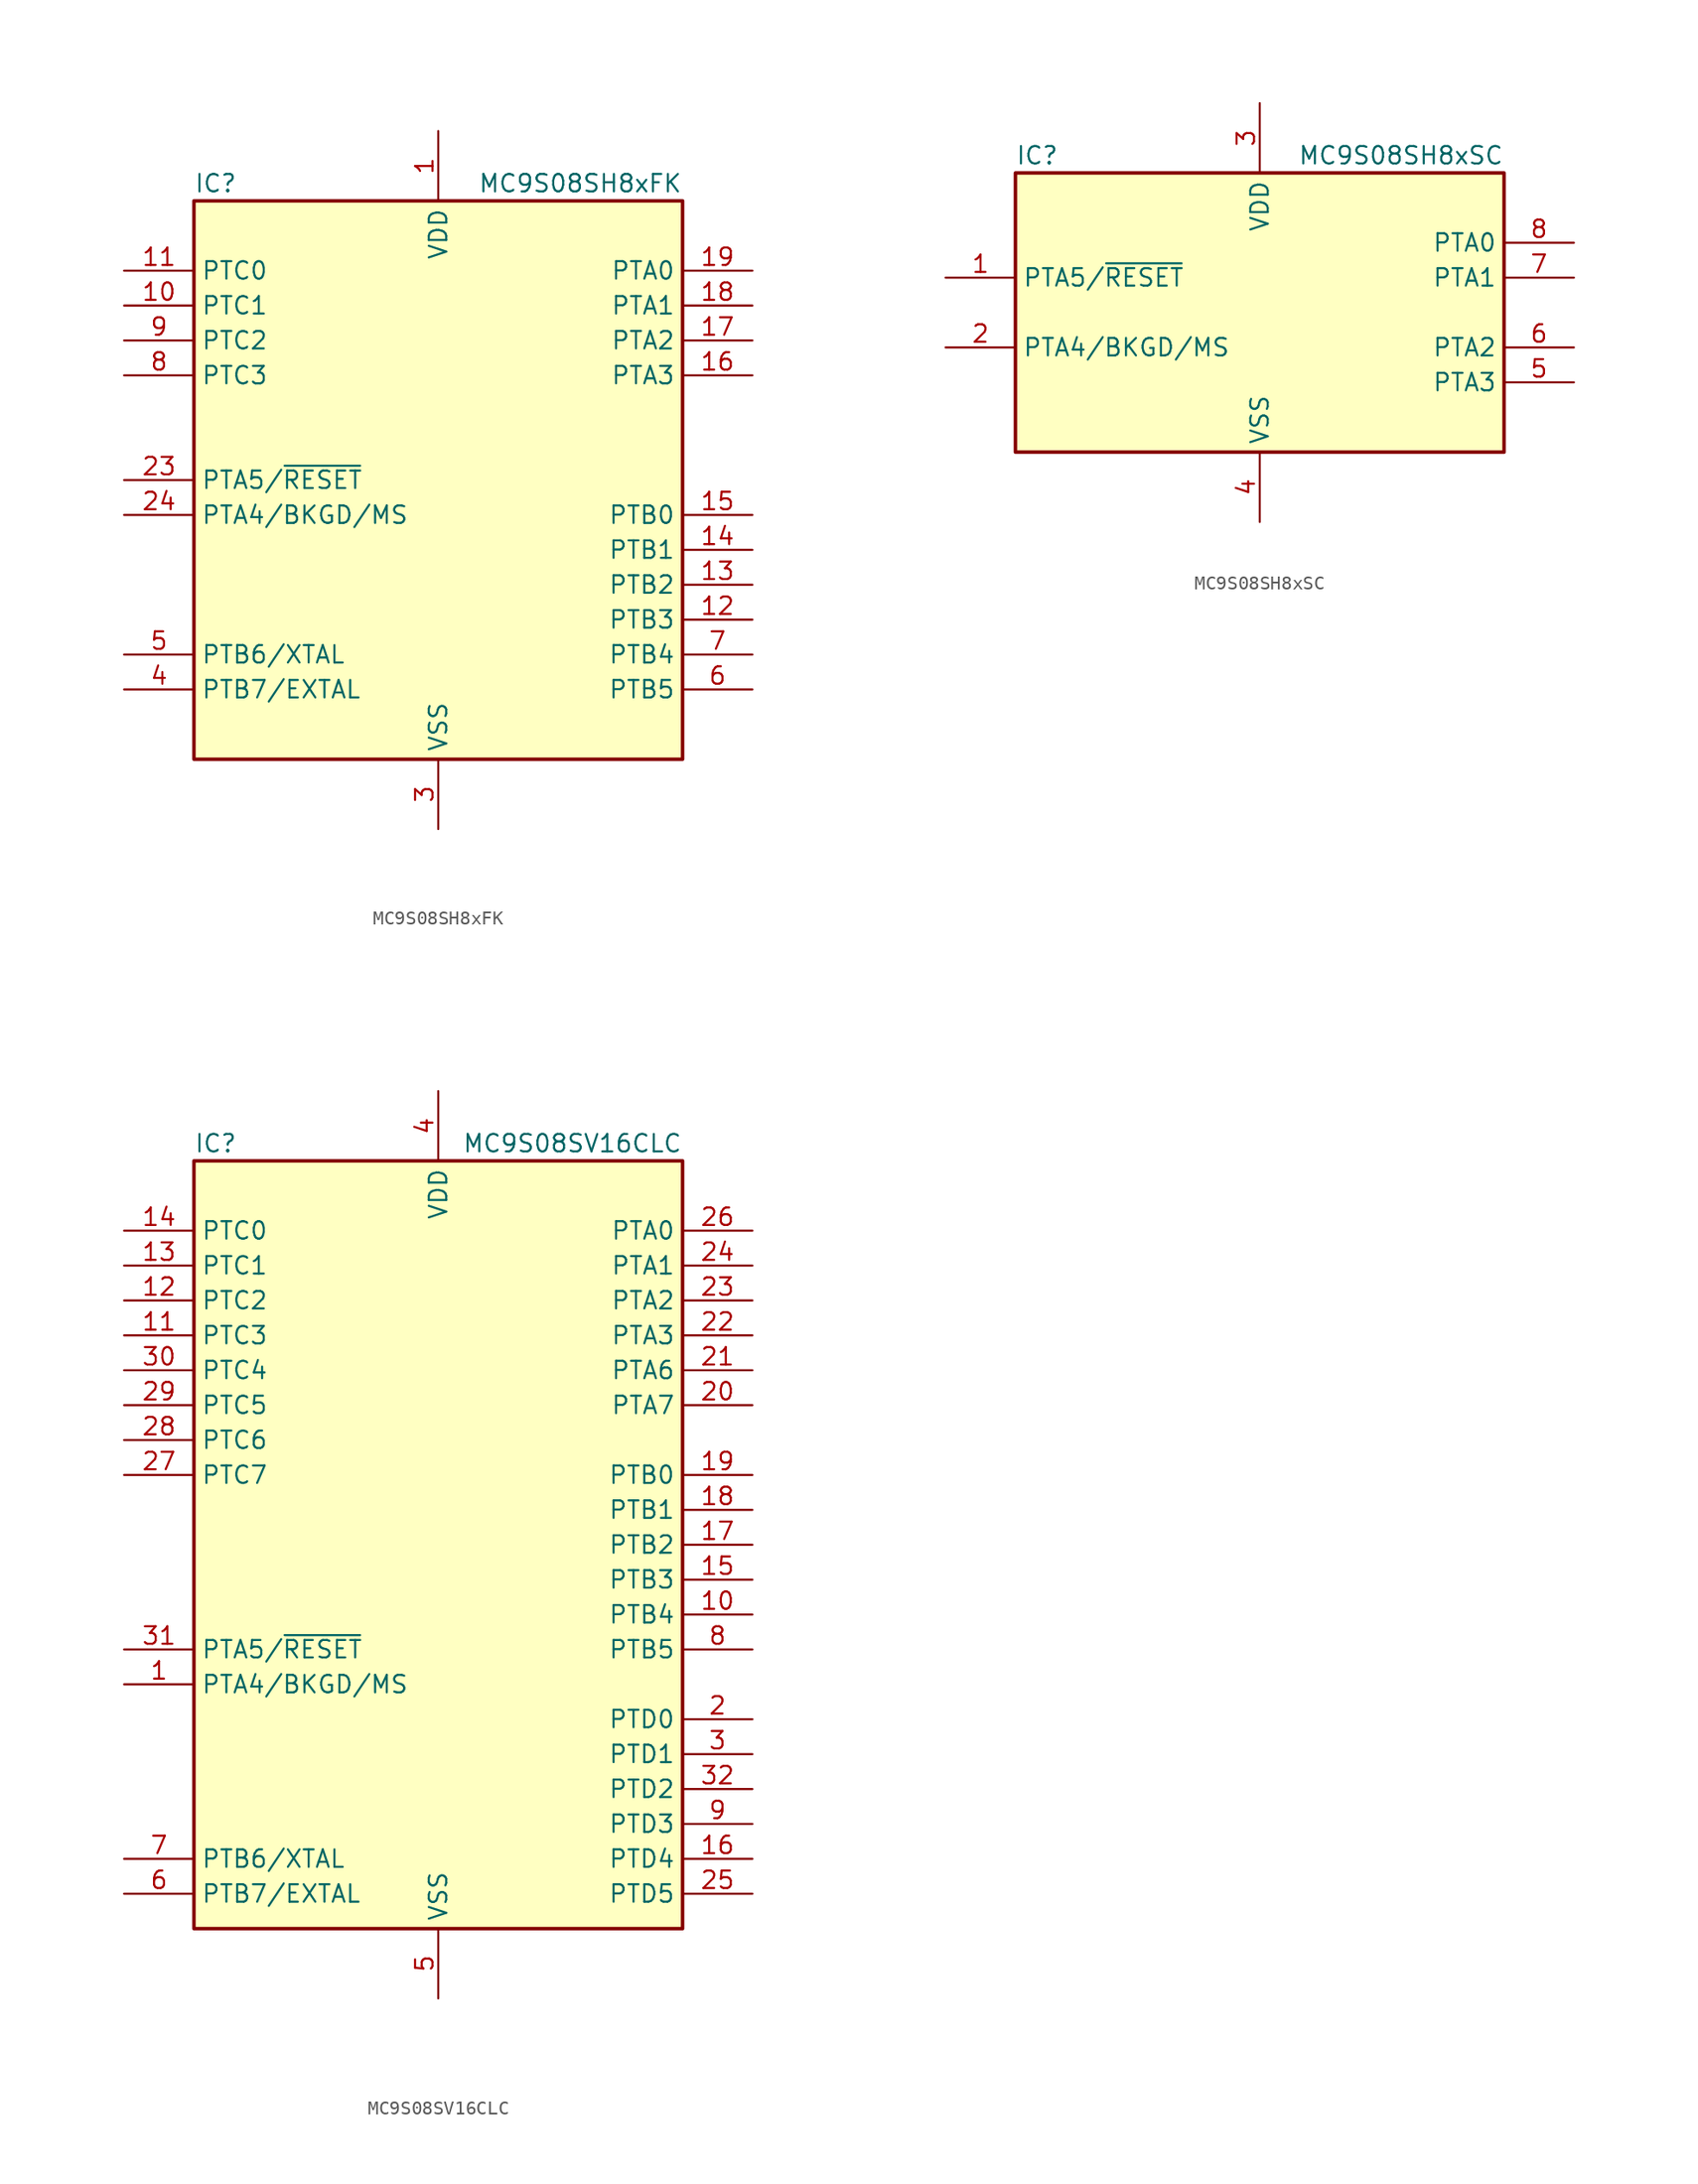
<source format=kicad_sym>
(kicad_symbol_lib
  (version 20220914)
  (generator kicad_symbol_editor)
  (symbol "MC9S08SH8xFK"
    (property "Reference" "IC"
      (at -17.78 21.59 0)
      (effects (font (size 1.27 1.27)) (justify left)))
    (property "Value" "MC9S08SH8xFK"
      (at 17.78 21.59 0)
      (effects (font (size 1.27 1.27)) (justify right)))
    (symbol "MC9S08SH8xFK_0_1"
      (rectangle (start -17.78 20.32) (end 17.78 -20.32) (stroke (width 0.254) (type default)) (fill (type background))))
    (symbol "MC9S08SH8xFK_1_1"
      (pin power_in line (at 0 25.4 270) (length 5.08) (name "VDD" (effects (font (size 1.27 1.27)))) (number "1" (effects (font (size 1.27 1.27)))))
      (pin bidirectional line (at -22.86 12.7 0) (length 5.08) (name "PTC1" (effects (font (size 1.27 1.27)))) (number "10" (effects (font (size 1.27 1.27)))))
      (pin bidirectional line (at -22.86 15.24 0) (length 5.08) (name "PTC0" (effects (font (size 1.27 1.27)))) (number "11" (effects (font (size 1.27 1.27)))))
      (pin bidirectional line (at 22.86 -10.16 180) (length 5.08) (name "PTB3" (effects (font (size 1.27 1.27)))) (number "12" (effects (font (size 1.27 1.27)))))
      (pin bidirectional line (at 22.86 -7.62 180) (length 5.08) (name "PTB2" (effects (font (size 1.27 1.27)))) (number "13" (effects (font (size 1.27 1.27)))))
      (pin bidirectional line (at 22.86 -5.08 180) (length 5.08) (name "PTB1" (effects (font (size 1.27 1.27)))) (number "14" (effects (font (size 1.27 1.27)))))
      (pin bidirectional line (at 22.86 -2.54 180) (length 5.08) (name "PTB0" (effects (font (size 1.27 1.27)))) (number "15" (effects (font (size 1.27 1.27)))))
      (pin bidirectional line (at 22.86 7.62 180) (length 5.08) (name "PTA3" (effects (font (size 1.27 1.27)))) (number "16" (effects (font (size 1.27 1.27)))))
      (pin bidirectional line (at 22.86 10.16 180) (length 5.08) (name "PTA2" (effects (font (size 1.27 1.27)))) (number "17" (effects (font (size 1.27 1.27)))))
      (pin bidirectional line (at 22.86 12.7 180) (length 5.08) (name "PTA1" (effects (font (size 1.27 1.27)))) (number "18" (effects (font (size 1.27 1.27)))))
      (pin bidirectional line (at 22.86 15.24 180) (length 5.08) (name "PTA0" (effects (font (size 1.27 1.27)))) (number "19" (effects (font (size 1.27 1.27)))))
      (pin bidirectional line (at -22.86 0 0) (length 5.08) (name "PTA5/~{RESET}" (effects (font (size 1.27 1.27)))) (number "23" (effects (font (size 1.27 1.27)))))
      (pin bidirectional line (at -22.86 -2.54 0) (length 5.08) (name "PTA4/BKGD/MS" (effects (font (size 1.27 1.27)))) (number "24" (effects (font (size 1.27 1.27)))))
      (pin power_in line (at 0 -25.4 90) (length 5.08) (name "VSS" (effects (font (size 1.27 1.27)))) (number "3" (effects (font (size 1.27 1.27)))))
      (pin bidirectional line (at -22.86 -15.24 0) (length 5.08) (name "PTB7/EXTAL" (effects (font (size 1.27 1.27)))) (number "4" (effects (font (size 1.27 1.27)))))
      (pin bidirectional line (at -22.86 -12.7 0) (length 5.08) (name "PTB6/XTAL" (effects (font (size 1.27 1.27)))) (number "5" (effects (font (size 1.27 1.27)))))
      (pin bidirectional line (at 22.86 -15.24 180) (length 5.08) (name "PTB5" (effects (font (size 1.27 1.27)))) (number "6" (effects (font (size 1.27 1.27)))))
      (pin bidirectional line (at 22.86 -12.7 180) (length 5.08) (name "PTB4" (effects (font (size 1.27 1.27)))) (number "7" (effects (font (size 1.27 1.27)))))
      (pin bidirectional line (at -22.86 7.62 0) (length 5.08) (name "PTC3" (effects (font (size 1.27 1.27)))) (number "8" (effects (font (size 1.27 1.27)))))
      (pin bidirectional line (at -22.86 10.16 0) (length 5.08) (name "PTC2" (effects (font (size 1.27 1.27)))) (number "9" (effects (font (size 1.27 1.27)))))))
  (symbol "MC9S08SH8xSC"
    (property "Reference" "IC"
      (at -17.78 11.43 0)
      (effects (font (size 1.27 1.27)) (justify left)))
    (property "Value" "MC9S08SH8xSC"
      (at 17.78 11.43 0)
      (effects (font (size 1.27 1.27)) (justify right)))
    (symbol "MC9S08SH8xSC_0_1"
      (rectangle (start -17.78 10.16) (end 17.78 -10.16) (stroke (width 0.254) (type default)) (fill (type background))))
    (symbol "MC9S08SH8xSC_1_1"
      (pin bidirectional line (at -22.86 2.54 0) (length 5.08) (name "PTA5/~{RESET}" (effects (font (size 1.27 1.27)))) (number "1" (effects (font (size 1.27 1.27)))))
      (pin bidirectional line (at -22.86 -2.54 0) (length 5.08) (name "PTA4/BKGD/MS" (effects (font (size 1.27 1.27)))) (number "2" (effects (font (size 1.27 1.27)))))
      (pin power_in line (at 0 15.24 270) (length 5.08) (name "VDD" (effects (font (size 1.27 1.27)))) (number "3" (effects (font (size 1.27 1.27)))))
      (pin power_in line (at 0 -15.24 90) (length 5.08) (name "VSS" (effects (font (size 1.27 1.27)))) (number "4" (effects (font (size 1.27 1.27)))))
      (pin bidirectional line (at 22.86 -5.08 180) (length 5.08) (name "PTA3" (effects (font (size 1.27 1.27)))) (number "5" (effects (font (size 1.27 1.27)))))
      (pin bidirectional line (at 22.86 -2.54 180) (length 5.08) (name "PTA2" (effects (font (size 1.27 1.27)))) (number "6" (effects (font (size 1.27 1.27)))))
      (pin bidirectional line (at 22.86 2.54 180) (length 5.08) (name "PTA1" (effects (font (size 1.27 1.27)))) (number "7" (effects (font (size 1.27 1.27)))))
      (pin bidirectional line (at 22.86 5.08 180) (length 5.08) (name "PTA0" (effects (font (size 1.27 1.27)))) (number "8" (effects (font (size 1.27 1.27)))))))
  (symbol "MC9S08SV16CLC"
    (property "Reference" "IC"
      (at -17.78 29.21 0)
      (effects (font (size 1.27 1.27)) (justify left)))
    (property "Value" "MC9S08SV16CLC"
      (at 17.78 29.21 0)
      (effects (font (size 1.27 1.27)) (justify right)))
    (symbol "MC9S08SV16CLC_0_1"
      (rectangle (start -17.78 27.94) (end 17.78 -27.94) (stroke (width 0.254) (type default)) (fill (type background))))
    (symbol "MC9S08SV16CLC_1_1"
      (pin bidirectional line (at -22.86 -10.16 0) (length 5.08) (name "PTA4/BKGD/MS" (effects (font (size 1.27 1.27)))) (number "1" (effects (font (size 1.27 1.27)))))
      (pin bidirectional line (at 22.86 -5.08 180) (length 5.08) (name "PTB4" (effects (font (size 1.27 1.27)))) (number "10" (effects (font (size 1.27 1.27)))))
      (pin bidirectional line (at -22.86 15.24 0) (length 5.08) (name "PTC3" (effects (font (size 1.27 1.27)))) (number "11" (effects (font (size 1.27 1.27)))))
      (pin bidirectional line (at -22.86 17.78 0) (length 5.08) (name "PTC2" (effects (font (size 1.27 1.27)))) (number "12" (effects (font (size 1.27 1.27)))))
      (pin bidirectional line (at -22.86 20.32 0) (length 5.08) (name "PTC1" (effects (font (size 1.27 1.27)))) (number "13" (effects (font (size 1.27 1.27)))))
      (pin bidirectional line (at -22.86 22.86 0) (length 5.08) (name "PTC0" (effects (font (size 1.27 1.27)))) (number "14" (effects (font (size 1.27 1.27)))))
      (pin bidirectional line (at 22.86 -2.54 180) (length 5.08) (name "PTB3" (effects (font (size 1.27 1.27)))) (number "15" (effects (font (size 1.27 1.27)))))
      (pin bidirectional line (at 22.86 -22.86 180) (length 5.08) (name "PTD4" (effects (font (size 1.27 1.27)))) (number "16" (effects (font (size 1.27 1.27)))))
      (pin bidirectional line (at 22.86 0 180) (length 5.08) (name "PTB2" (effects (font (size 1.27 1.27)))) (number "17" (effects (font (size 1.27 1.27)))))
      (pin bidirectional line (at 22.86 2.54 180) (length 5.08) (name "PTB1" (effects (font (size 1.27 1.27)))) (number "18" (effects (font (size 1.27 1.27)))))
      (pin bidirectional line (at 22.86 5.08 180) (length 5.08) (name "PTB0" (effects (font (size 1.27 1.27)))) (number "19" (effects (font (size 1.27 1.27)))))
      (pin bidirectional line (at 22.86 -12.7 180) (length 5.08) (name "PTD0" (effects (font (size 1.27 1.27)))) (number "2" (effects (font (size 1.27 1.27)))))
      (pin bidirectional line (at 22.86 10.16 180) (length 5.08) (name "PTA7" (effects (font (size 1.27 1.27)))) (number "20" (effects (font (size 1.27 1.27)))))
      (pin bidirectional line (at 22.86 12.7 180) (length 5.08) (name "PTA6" (effects (font (size 1.27 1.27)))) (number "21" (effects (font (size 1.27 1.27)))))
      (pin bidirectional line (at 22.86 15.24 180) (length 5.08) (name "PTA3" (effects (font (size 1.27 1.27)))) (number "22" (effects (font (size 1.27 1.27)))))
      (pin bidirectional line (at 22.86 17.78 180) (length 5.08) (name "PTA2" (effects (font (size 1.27 1.27)))) (number "23" (effects (font (size 1.27 1.27)))))
      (pin bidirectional line (at 22.86 20.32 180) (length 5.08) (name "PTA1" (effects (font (size 1.27 1.27)))) (number "24" (effects (font (size 1.27 1.27)))))
      (pin bidirectional line (at 22.86 -25.4 180) (length 5.08) (name "PTD5" (effects (font (size 1.27 1.27)))) (number "25" (effects (font (size 1.27 1.27)))))
      (pin bidirectional line (at 22.86 22.86 180) (length 5.08) (name "PTA0" (effects (font (size 1.27 1.27)))) (number "26" (effects (font (size 1.27 1.27)))))
      (pin bidirectional line (at -22.86 5.08 0) (length 5.08) (name "PTC7" (effects (font (size 1.27 1.27)))) (number "27" (effects (font (size 1.27 1.27)))))
      (pin bidirectional line (at -22.86 7.62 0) (length 5.08) (name "PTC6" (effects (font (size 1.27 1.27)))) (number "28" (effects (font (size 1.27 1.27)))))
      (pin bidirectional line (at -22.86 10.16 0) (length 5.08) (name "PTC5" (effects (font (size 1.27 1.27)))) (number "29" (effects (font (size 1.27 1.27)))))
      (pin bidirectional line (at 22.86 -15.24 180) (length 5.08) (name "PTD1" (effects (font (size 1.27 1.27)))) (number "3" (effects (font (size 1.27 1.27)))))
      (pin bidirectional line (at -22.86 12.7 0) (length 5.08) (name "PTC4" (effects (font (size 1.27 1.27)))) (number "30" (effects (font (size 1.27 1.27)))))
      (pin bidirectional line (at -22.86 -7.62 0) (length 5.08) (name "PTA5/~{RESET}" (effects (font (size 1.27 1.27)))) (number "31" (effects (font (size 1.27 1.27)))))
      (pin bidirectional line (at 22.86 -17.78 180) (length 5.08) (name "PTD2" (effects (font (size 1.27 1.27)))) (number "32" (effects (font (size 1.27 1.27)))))
      (pin power_in line (at 0 33.02 270) (length 5.08) (name "VDD" (effects (font (size 1.27 1.27)))) (number "4" (effects (font (size 1.27 1.27)))))
      (pin power_in line (at 0 -33.02 90) (length 5.08) (name "VSS" (effects (font (size 1.27 1.27)))) (number "5" (effects (font (size 1.27 1.27)))))
      (pin bidirectional line (at -22.86 -25.4 0) (length 5.08) (name "PTB7/EXTAL" (effects (font (size 1.27 1.27)))) (number "6" (effects (font (size 1.27 1.27)))))
      (pin bidirectional line (at -22.86 -22.86 0) (length 5.08) (name "PTB6/XTAL" (effects (font (size 1.27 1.27)))) (number "7" (effects (font (size 1.27 1.27)))))
      (pin bidirectional line (at 22.86 -7.62 180) (length 5.08) (name "PTB5" (effects (font (size 1.27 1.27)))) (number "8" (effects (font (size 1.27 1.27)))))
      (pin bidirectional line (at 22.86 -20.32 180) (length 5.08) (name "PTD3" (effects (font (size 1.27 1.27)))) (number "9" (effects (font (size 1.27 1.27))))))))
</source>
